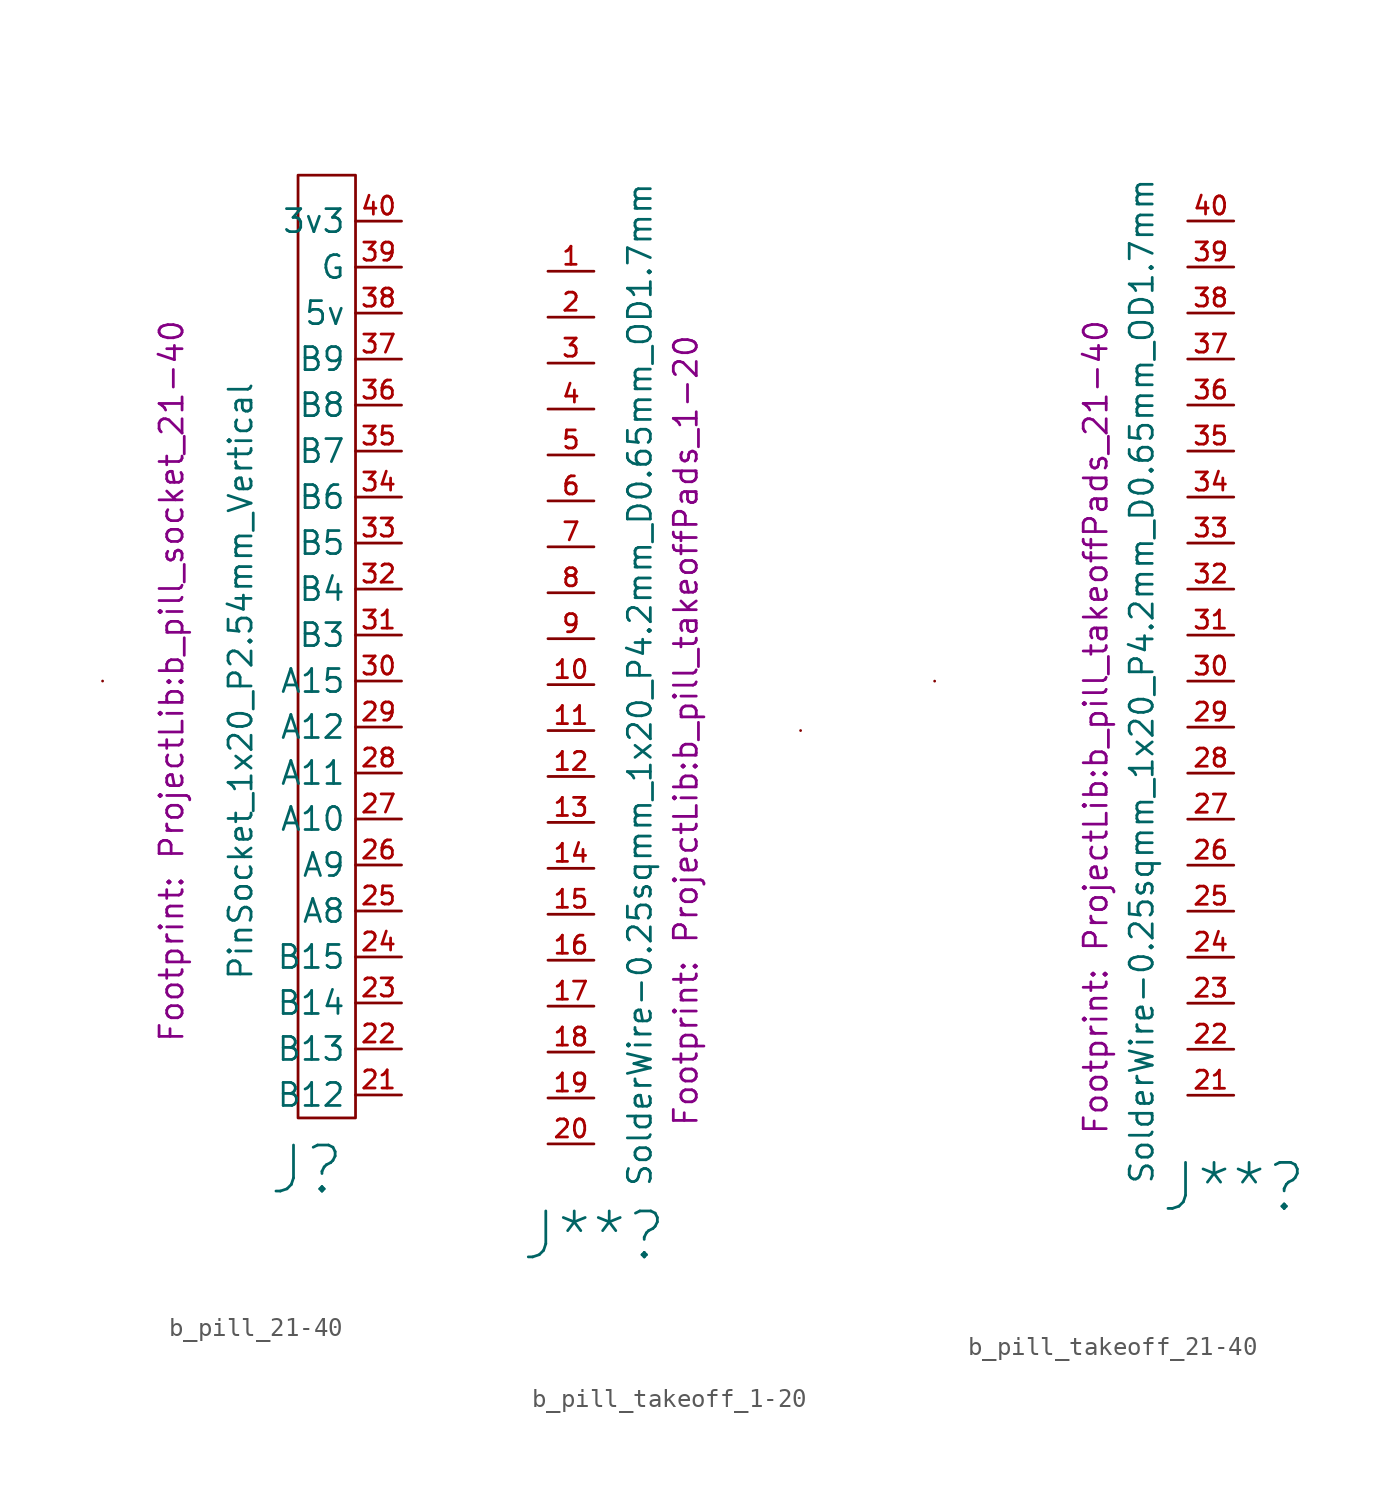
<source format=kicad_sym>
(kicad_symbol_lib
  (version 20220914)
  (generator kicad_symbol_editor)
  (symbol "b_pill_21-40"
    (property "Reference" "J"
      (at 10 -27 0)
      (effects (font (size 2.54 2.54))))
    (property "Value" "PinSocket_1x20_P2.54mm_Vertical"
      (at 6.35 0 90)
      (effects (font (size 1.27 1.27))))
    (property "Footprint" "ProjectLib:b_pill_socket_21-40"
      (at 2.54 0 90)
      (show_name)
      (effects (font (size 1.27 1.27))))
    (symbol "b_pill_21-40_0_1"
      (rectangle (start -1.27 0) (end -1.27 0) (stroke (width 0) (type default)) (fill (type none)))
      (rectangle (start 9.525 27.94) (end 12.7 -24.13) (stroke (width 0) (type default)) (fill (type none))))
    (symbol "b_pill_21-40_1_1"
      (pin free line (at 15.24 -22.86 180) (length 2.54) (name "B12" (effects (font (size 1.27 1.27)))) (number "21" (effects (font (size 1 1)))))
      (pin free line (at 15.24 -20.32 180) (length 2.54) (name "B13" (effects (font (size 1.27 1.27)))) (number "22" (effects (font (size 1 1)))))
      (pin free line (at 15.24 -17.78 180) (length 2.54) (name "B14" (effects (font (size 1.27 1.27)))) (number "23" (effects (font (size 1 1)))))
      (pin free line (at 15.24 -15.24 180) (length 2.54) (name "B15" (effects (font (size 1.27 1.27)))) (number "24" (effects (font (size 1 1)))))
      (pin free line (at 15.24 -12.7 180) (length 2.54) (name "A8" (effects (font (size 1.27 1.27)))) (number "25" (effects (font (size 1 1)))))
      (pin free line (at 15.24 -10.16 180) (length 2.54) (name "A9" (effects (font (size 1.27 1.27)))) (number "26" (effects (font (size 1 1)))))
      (pin free line (at 15.24 -7.62 180) (length 2.54) (name "A10" (effects (font (size 1.27 1.27)))) (number "27" (effects (font (size 1 1)))))
      (pin free line (at 15.24 -5.08 180) (length 2.54) (name "A11" (effects (font (size 1.27 1.27)))) (number "28" (effects (font (size 1 1)))))
      (pin free line (at 15.24 -2.54 180) (length 2.54) (name "A12" (effects (font (size 1.27 1.27)))) (number "29" (effects (font (size 1 1)))))
      (pin free line (at 15.24 0 180) (length 2.54) (name "A15" (effects (font (size 1.27 1.27)))) (number "30" (effects (font (size 1 1)))))
      (pin free line (at 15.24 2.54 180) (length 2.54) (name "B3" (effects (font (size 1.27 1.27)))) (number "31" (effects (font (size 1 1)))) (alternate "SDA" bidirectional line))
      (pin free line (at 15.24 5.08 180) (length 2.54) (name "B4" (effects (font (size 1.27 1.27)))) (number "32" (effects (font (size 1 1)))))
      (pin free line (at 15.24 7.62 180) (length 2.54) (name "B5" (effects (font (size 1.27 1.27)))) (number "33" (effects (font (size 1 1)))))
      (pin free line (at 15.24 10.16 180) (length 2.54) (name "B6" (effects (font (size 1.27 1.27)))) (number "34" (effects (font (size 1 1)))))
      (pin free line (at 15.24 12.7 180) (length 2.54) (name "B7" (effects (font (size 1.27 1.27)))) (number "35" (effects (font (size 1 1)))))
      (pin passive line (at 15.24 15.24 180) (length 2.54) (name "B8" (effects (font (size 1.27 1.27)))) (number "36" (effects (font (size 1 1)))) (alternate "SCL" output line))
      (pin passive line (at 15.24 17.78 180) (length 2.54) (name "B9" (effects (font (size 1.27 1.27)))) (number "37" (effects (font (size 1 1)))) (alternate "SDA" bidirectional line))
      (pin free line (at 15.24 20.32 180) (length 2.54) (name "5v" (effects (font (size 1.27 1.27)))) (number "38" (effects (font (size 1 1)))))
      (pin power_in line (at 15.24 22.86 180) (length 2.54) (name "G" (effects (font (size 1.27 1.27)))) (number "39" (effects (font (size 1 1)))))
      (pin power_in line (at 15.24 25.4 180) (length 2.54) (name "3v3" (effects (font (size 1.27 1.27)))) (number "40" (effects (font (size 1 1)))))))
  (symbol "b_pill_takeoff_1-20"
    (property "Reference" "J**"
      (at 0 -27.94 0)
      (effects (font (size 2.54 2.54))))
    (property "Value" "SolderWire-0.25sqmm_1x20_P4.2mm_D0.65mm_OD1.7mm"
      (at 2.54 2.54 90)
      (effects (font (size 1.27 1.27))))
    (property "Footprint" "ProjectLib:b_pill_takeoffPads_1-20"
      (at 5.08 0 90)
      (show_name)
      (effects (font (size 1.27 1.27))))
    (symbol "b_pill_takeoff_1-20_0_1"
      (rectangle (start 11.43 0) (end 11.43 0) (stroke (width 0) (type default)) (fill (type none))))
    (symbol "b_pill_takeoff_1-20_1_1"
      (pin free line (at -2.54 25.4 0) (length 2.54) (name "" (effects (font (size 1.27 1.27)))) (number "1" (effects (font (size 1 1)))))
      (pin free line (at -2.54 2.54 0) (length 2.54) (name "" (effects (font (size 1.27 1.27)))) (number "10" (effects (font (size 1 1)))))
      (pin free line (at -2.54 0 0) (length 2.54) (name "" (effects (font (size 1.27 1.27)))) (number "11" (effects (font (size 1 1)))))
      (pin free line (at -2.54 -2.54 0) (length 2.54) (name "" (effects (font (size 1.27 1.27)))) (number "12" (effects (font (size 1 1)))))
      (pin free line (at -2.54 -5.08 0) (length 2.54) (name "" (effects (font (size 1.27 1.27)))) (number "13" (effects (font (size 1 1)))))
      (pin free line (at -2.54 -7.62 0) (length 2.54) (name "" (effects (font (size 1.27 1.27)))) (number "14" (effects (font (size 1 1)))))
      (pin free line (at -2.54 -10.16 0) (length 2.54) (name "" (effects (font (size 1.27 1.27)))) (number "15" (effects (font (size 1 1)))))
      (pin free line (at -2.54 -12.7 0) (length 2.54) (name "" (effects (font (size 1.27 1.27)))) (number "16" (effects (font (size 1 1)))))
      (pin free line (at -2.54 -15.24 0) (length 2.54) (name "" (effects (font (size 1.27 1.27)))) (number "17" (effects (font (size 1 1)))) (alternate "SCL" output line))
      (pin free line (at -2.54 -17.78 0) (length 2.54) (name "" (effects (font (size 1.27 1.27)))) (number "18" (effects (font (size 1 1)))))
      (pin free line (at -2.54 -20.32 0) (length 2.54) (name "" (effects (font (size 1.27 1.27)))) (number "19" (effects (font (size 1 1)))))
      (pin free line (at -2.54 22.86 0) (length 2.54) (name "" (effects (font (size 1.27 1.27)))) (number "2" (effects (font (size 1 1)))))
      (pin free line (at -2.54 -22.86 0) (length 2.54) (name "" (effects (font (size 1.27 1.27)))) (number "20" (effects (font (size 1 1)))))
      (pin free line (at -2.54 20.32 0) (length 2.54) (name "" (effects (font (size 1.27 1.27)))) (number "3" (effects (font (size 1 1)))))
      (pin free line (at -2.54 17.78 0) (length 2.54) (name "" (effects (font (size 1.27 1.27)))) (number "4" (effects (font (size 1 1)))))
      (pin free line (at -2.54 15.24 0) (length 2.54) (name "" (effects (font (size 1.27 1.27)))) (number "5" (effects (font (size 1 1)))))
      (pin free line (at -2.54 12.7 0) (length 2.54) (name "" (effects (font (size 1.27 1.27)))) (number "6" (effects (font (size 1 1)))))
      (pin free line (at -2.54 10.16 0) (length 2.54) (name "" (effects (font (size 1.27 1.27)))) (number "7" (effects (font (size 1 1)))))
      (pin free line (at -2.54 7.62 0) (length 2.54) (name "" (effects (font (size 1.27 1.27)))) (number "8" (effects (font (size 1 1)))))
      (pin free line (at -2.54 5.08 0) (length 2.54) (name "" (effects (font (size 1.27 1.27)))) (number "9" (effects (font (size 1 1)))))))
  (symbol "b_pill_takeoff_21-40"
    (property "Reference" "J**"
      (at 15.24 -27.94 0)
      (effects (font (size 2.54 2.54))))
    (property "Value" "SolderWire-0.25sqmm_1x20_P4.2mm_D0.65mm_OD1.7mm"
      (at 10.16 0 90)
      (effects (font (size 1.27 1.27))))
    (property "Footprint" "ProjectLib:b_pill_takeoffPads_21-40"
      (at 7.62 -2.54 90)
      (show_name)
      (effects (font (size 1.27 1.27))))
    (symbol "b_pill_takeoff_21-40_0_1"
      (rectangle (start -1.27 0) (end -1.27 0) (stroke (width 0) (type default)) (fill (type none))))
    (symbol "b_pill_takeoff_21-40_1_1"
      (pin free line (at 15.24 -22.86 180) (length 2.54) (name "" (effects (font (size 1.27 1.27)))) (number "21" (effects (font (size 1 1)))))
      (pin free line (at 15.24 -20.32 180) (length 2.54) (name "" (effects (font (size 1.27 1.27)))) (number "22" (effects (font (size 1 1)))))
      (pin free line (at 15.24 -17.78 180) (length 2.54) (name "" (effects (font (size 1.27 1.27)))) (number "23" (effects (font (size 1 1)))))
      (pin free line (at 15.24 -15.24 180) (length 2.54) (name "" (effects (font (size 1.27 1.27)))) (number "24" (effects (font (size 1 1)))))
      (pin free line (at 15.24 -12.7 180) (length 2.54) (name "" (effects (font (size 1.27 1.27)))) (number "25" (effects (font (size 1 1)))))
      (pin free line (at 15.24 -10.16 180) (length 2.54) (name "" (effects (font (size 1.27 1.27)))) (number "26" (effects (font (size 1 1)))))
      (pin free line (at 15.24 -7.62 180) (length 2.54) (name "" (effects (font (size 1.27 1.27)))) (number "27" (effects (font (size 1 1)))))
      (pin free line (at 15.24 -5.08 180) (length 2.54) (name "" (effects (font (size 1.27 1.27)))) (number "28" (effects (font (size 1 1)))))
      (pin free line (at 15.24 -2.54 180) (length 2.54) (name "" (effects (font (size 1.27 1.27)))) (number "29" (effects (font (size 1 1)))))
      (pin free line (at 15.24 0 180) (length 2.54) (name "" (effects (font (size 1.27 1.27)))) (number "30" (effects (font (size 1 1)))))
      (pin free line (at 15.24 2.54 180) (length 2.54) (name "" (effects (font (size 1.27 1.27)))) (number "31" (effects (font (size 1 1)))) (alternate "SDA" bidirectional line))
      (pin free line (at 15.24 5.08 180) (length 2.54) (name "" (effects (font (size 1.27 1.27)))) (number "32" (effects (font (size 1 1)))))
      (pin free line (at 15.24 7.62 180) (length 2.54) (name "" (effects (font (size 1.27 1.27)))) (number "33" (effects (font (size 1 1)))))
      (pin free line (at 15.24 10.16 180) (length 2.54) (name "" (effects (font (size 1.27 1.27)))) (number "34" (effects (font (size 1 1)))))
      (pin free line (at 15.24 12.7 180) (length 2.54) (name "" (effects (font (size 1.27 1.27)))) (number "35" (effects (font (size 1 1)))))
      (pin passive line (at 15.24 15.24 180) (length 2.54) (name "" (effects (font (size 1.27 1.27)))) (number "36" (effects (font (size 1 1)))) (alternate "SCL" output line))
      (pin passive line (at 15.24 17.78 180) (length 2.54) (name "" (effects (font (size 1.27 1.27)))) (number "37" (effects (font (size 1 1)))) (alternate "SDA" bidirectional line))
      (pin free line (at 15.24 20.32 180) (length 2.54) (name "" (effects (font (size 1.27 1.27)))) (number "38" (effects (font (size 1 1)))))
      (pin power_in line (at 15.24 22.86 180) (length 2.54) (name "" (effects (font (size 1.27 1.27)))) (number "39" (effects (font (size 1 1)))))
      (pin power_in line (at 15.24 25.4 180) (length 2.54) (name "" (effects (font (size 1.27 1.27)))) (number "40" (effects (font (size 1 1))))))))
</source>
